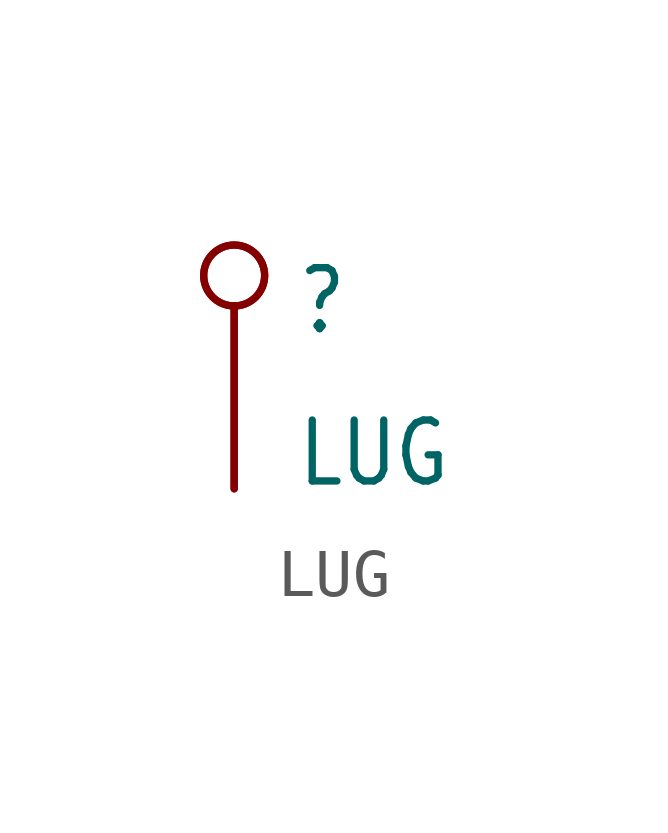
<source format=kicad_sym>
(kicad_symbol_lib
  (version 20211014)
  (generator kicad_symbol_editor)
  (symbol "LUG"
    (property "Reference" ""
      (at 1.27 0.635 0)
      (effects (font (size 1.27 1.079)) (justify left bottom)))
    (property "Value" "LUG"
      (at 1.27 -2.54 0)
      (effects (font (size 1.27 1.079)) (justify left bottom)))
    (property "ki_locked" ""
      (at 0 0 0)
      (effects (font (size 1.27 1.27))))
    (symbol "LUG_1_0"
      (pin bidirectional inverted (at 0 -2.54 90) (length 5.08) (name "P$1" (effects (font (size 0 0)))) (number "P$3" (effects (font (size 0 0)))))
      (pin bidirectional inverted (at 0 -2.54 90) (length 5.08) (name "P$1" (effects (font (size 0 0)))) (number "P$4" (effects (font (size 0 0))))))))
</source>
